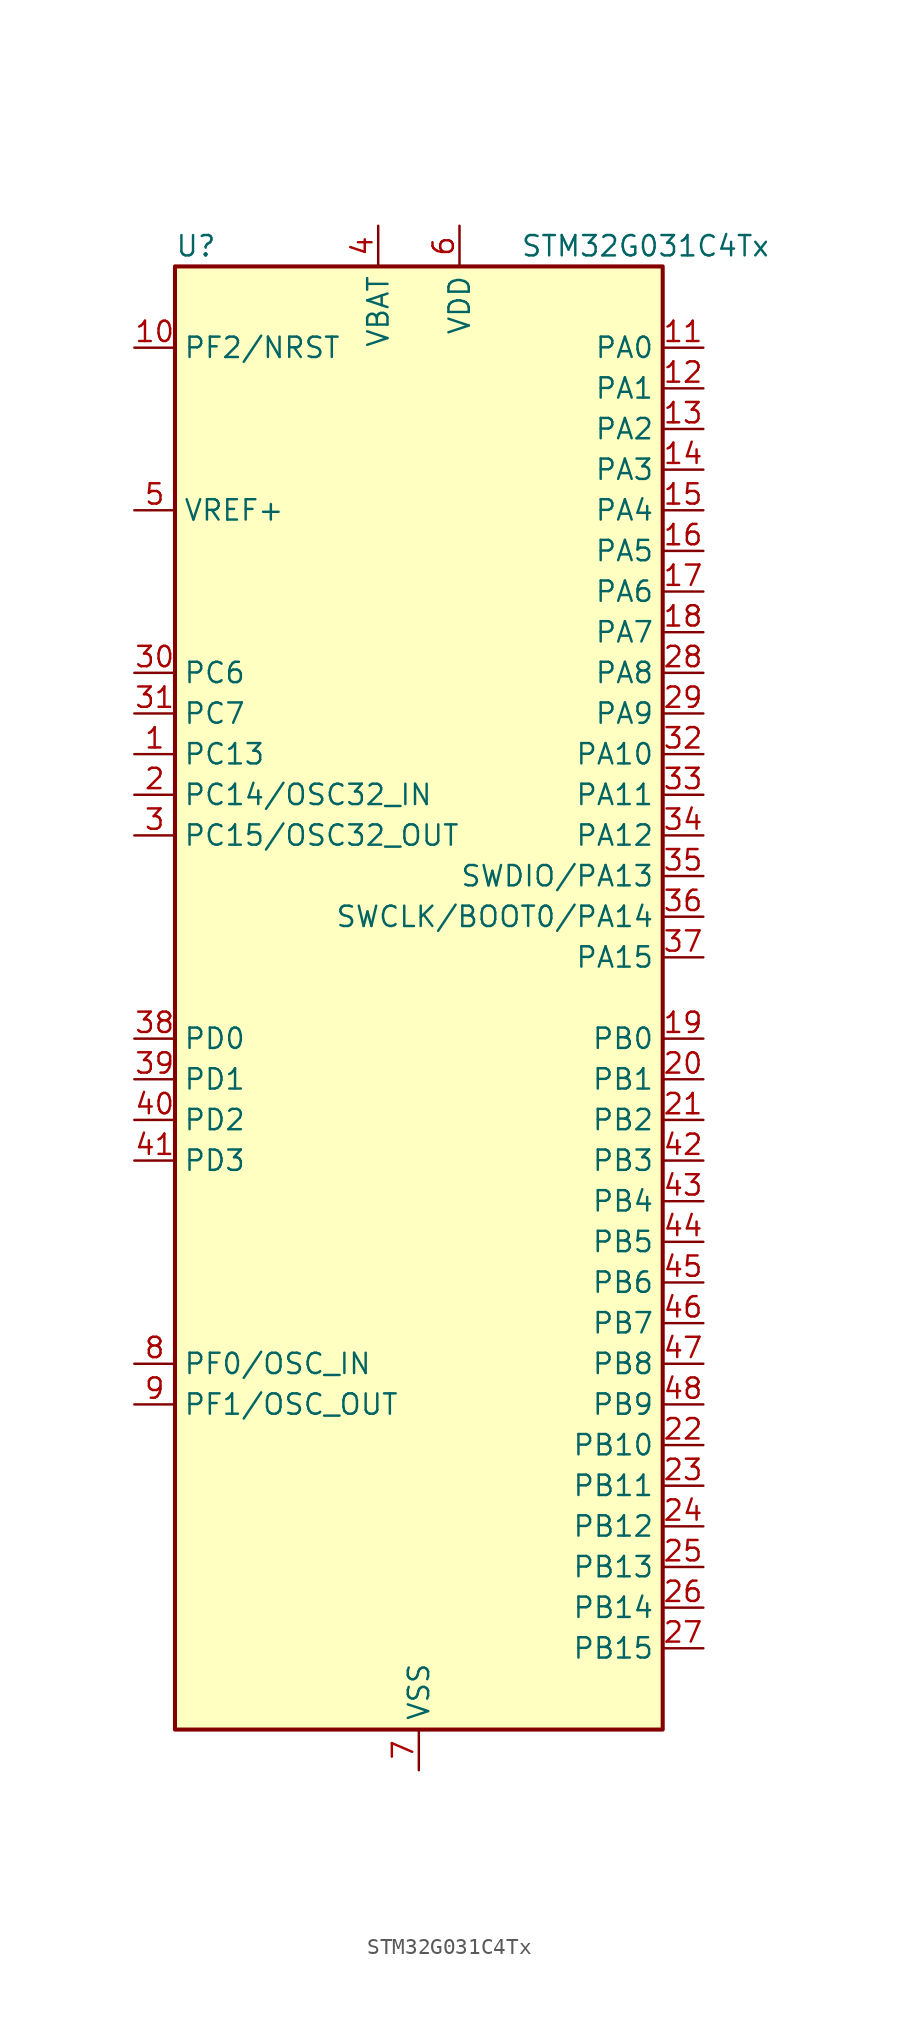
<source format=kicad_sym>
(kicad_symbol_lib
  (version 20211014)
  (generator kicad_symbol_editor)
  (symbol "STM32G031C4Tx"
    (property "Reference" "U"
      (at -15.24 46.99 0)
      (effects (font (size 1.27 1.27)) (justify left)))
    (property "Value" "STM32G031C4Tx"
      (at 6.35 46.99 0)
      (effects (font (size 1.27 1.27)) (justify left)))
    (symbol "STM32G031C4Tx_0_1"
      (rectangle (start -15.24 45.72) (end 15.24 -45.72) (stroke (width 0.254) (type default) (color 0 0 0 0)) (fill (type background))))
    (symbol "STM32G031C4Tx_1_1"
      (pin bidirectional line (at -17.78 15.24 0) (length 2.54) (name "PC13" (effects (font (size 1.27 1.27)))) (number "1" (effects (font (size 1.27 1.27)))))
      (pin bidirectional line (at -17.78 40.64 0) (length 2.54) (name "PF2/NRST" (effects (font (size 1.27 1.27)))) (number "10" (effects (font (size 1.27 1.27)))))
      (pin bidirectional line (at 17.78 40.64 180) (length 2.54) (name "PA0" (effects (font (size 1.27 1.27)))) (number "11" (effects (font (size 1.27 1.27)))))
      (pin bidirectional line (at 17.78 38.1 180) (length 2.54) (name "PA1" (effects (font (size 1.27 1.27)))) (number "12" (effects (font (size 1.27 1.27)))))
      (pin bidirectional line (at 17.78 35.56 180) (length 2.54) (name "PA2" (effects (font (size 1.27 1.27)))) (number "13" (effects (font (size 1.27 1.27)))))
      (pin bidirectional line (at 17.78 33.02 180) (length 2.54) (name "PA3" (effects (font (size 1.27 1.27)))) (number "14" (effects (font (size 1.27 1.27)))))
      (pin bidirectional line (at 17.78 30.48 180) (length 2.54) (name "PA4" (effects (font (size 1.27 1.27)))) (number "15" (effects (font (size 1.27 1.27)))))
      (pin bidirectional line (at 17.78 27.94 180) (length 2.54) (name "PA5" (effects (font (size 1.27 1.27)))) (number "16" (effects (font (size 1.27 1.27)))))
      (pin bidirectional line (at 17.78 25.4 180) (length 2.54) (name "PA6" (effects (font (size 1.27 1.27)))) (number "17" (effects (font (size 1.27 1.27)))))
      (pin bidirectional line (at 17.78 22.86 180) (length 2.54) (name "PA7" (effects (font (size 1.27 1.27)))) (number "18" (effects (font (size 1.27 1.27)))))
      (pin bidirectional line (at 17.78 -2.54 180) (length 2.54) (name "PB0" (effects (font (size 1.27 1.27)))) (number "19" (effects (font (size 1.27 1.27)))))
      (pin bidirectional line (at -17.78 12.7 0) (length 2.54) (name "PC14/OSC32_IN" (effects (font (size 1.27 1.27)))) (number "2" (effects (font (size 1.27 1.27)))))
      (pin bidirectional line (at 17.78 -5.08 180) (length 2.54) (name "PB1" (effects (font (size 1.27 1.27)))) (number "20" (effects (font (size 1.27 1.27)))))
      (pin bidirectional line (at 17.78 -7.62 180) (length 2.54) (name "PB2" (effects (font (size 1.27 1.27)))) (number "21" (effects (font (size 1.27 1.27)))))
      (pin bidirectional line (at 17.78 -27.94 180) (length 2.54) (name "PB10" (effects (font (size 1.27 1.27)))) (number "22" (effects (font (size 1.27 1.27)))))
      (pin bidirectional line (at 17.78 -30.48 180) (length 2.54) (name "PB11" (effects (font (size 1.27 1.27)))) (number "23" (effects (font (size 1.27 1.27)))))
      (pin bidirectional line (at 17.78 -33.02 180) (length 2.54) (name "PB12" (effects (font (size 1.27 1.27)))) (number "24" (effects (font (size 1.27 1.27)))))
      (pin bidirectional line (at 17.78 -35.56 180) (length 2.54) (name "PB13" (effects (font (size 1.27 1.27)))) (number "25" (effects (font (size 1.27 1.27)))))
      (pin bidirectional line (at 17.78 -38.1 180) (length 2.54) (name "PB14" (effects (font (size 1.27 1.27)))) (number "26" (effects (font (size 1.27 1.27)))))
      (pin bidirectional line (at 17.78 -40.64 180) (length 2.54) (name "PB15" (effects (font (size 1.27 1.27)))) (number "27" (effects (font (size 1.27 1.27)))))
      (pin bidirectional line (at 17.78 20.32 180) (length 2.54) (name "PA8" (effects (font (size 1.27 1.27)))) (number "28" (effects (font (size 1.27 1.27)))))
      (pin bidirectional line (at 17.78 17.78 180) (length 2.54) (name "PA9" (effects (font (size 1.27 1.27)))) (number "29" (effects (font (size 1.27 1.27)))))
      (pin bidirectional line (at -17.78 10.16 0) (length 2.54) (name "PC15/OSC32_OUT" (effects (font (size 1.27 1.27)))) (number "3" (effects (font (size 1.27 1.27)))))
      (pin bidirectional line (at -17.78 20.32 0) (length 2.54) (name "PC6" (effects (font (size 1.27 1.27)))) (number "30" (effects (font (size 1.27 1.27)))))
      (pin bidirectional line (at -17.78 17.78 0) (length 2.54) (name "PC7" (effects (font (size 1.27 1.27)))) (number "31" (effects (font (size 1.27 1.27)))))
      (pin bidirectional line (at 17.78 15.24 180) (length 2.54) (name "PA10" (effects (font (size 1.27 1.27)))) (number "32" (effects (font (size 1.27 1.27)))))
      (pin bidirectional line (at 17.78 12.7 180) (length 2.54) (name "PA11" (effects (font (size 1.27 1.27)))) (number "33" (effects (font (size 1.27 1.27)))))
      (pin bidirectional line (at 17.78 10.16 180) (length 2.54) (name "PA12" (effects (font (size 1.27 1.27)))) (number "34" (effects (font (size 1.27 1.27)))))
      (pin bidirectional line (at 17.78 7.62 180) (length 2.54) (name "SWDIO/PA13" (effects (font (size 1.27 1.27)))) (number "35" (effects (font (size 1.27 1.27)))))
      (pin bidirectional line (at 17.78 5.08 180) (length 2.54) (name "SWCLK/BOOT0/PA14" (effects (font (size 1.27 1.27)))) (number "36" (effects (font (size 1.27 1.27)))))
      (pin bidirectional line (at 17.78 2.54 180) (length 2.54) (name "PA15" (effects (font (size 1.27 1.27)))) (number "37" (effects (font (size 1.27 1.27)))))
      (pin bidirectional line (at -17.78 -2.54 0) (length 2.54) (name "PD0" (effects (font (size 1.27 1.27)))) (number "38" (effects (font (size 1.27 1.27)))))
      (pin bidirectional line (at -17.78 -5.08 0) (length 2.54) (name "PD1" (effects (font (size 1.27 1.27)))) (number "39" (effects (font (size 1.27 1.27)))))
      (pin power_in line (at -2.54 48.26 270) (length 2.54) (name "VBAT" (effects (font (size 1.27 1.27)))) (number "4" (effects (font (size 1.27 1.27)))))
      (pin bidirectional line (at -17.78 -7.62 0) (length 2.54) (name "PD2" (effects (font (size 1.27 1.27)))) (number "40" (effects (font (size 1.27 1.27)))))
      (pin bidirectional line (at -17.78 -10.16 0) (length 2.54) (name "PD3" (effects (font (size 1.27 1.27)))) (number "41" (effects (font (size 1.27 1.27)))))
      (pin bidirectional line (at 17.78 -10.16 180) (length 2.54) (name "PB3" (effects (font (size 1.27 1.27)))) (number "42" (effects (font (size 1.27 1.27)))))
      (pin bidirectional line (at 17.78 -12.7 180) (length 2.54) (name "PB4" (effects (font (size 1.27 1.27)))) (number "43" (effects (font (size 1.27 1.27)))))
      (pin bidirectional line (at 17.78 -15.24 180) (length 2.54) (name "PB5" (effects (font (size 1.27 1.27)))) (number "44" (effects (font (size 1.27 1.27)))))
      (pin bidirectional line (at 17.78 -17.78 180) (length 2.54) (name "PB6" (effects (font (size 1.27 1.27)))) (number "45" (effects (font (size 1.27 1.27)))))
      (pin bidirectional line (at 17.78 -20.32 180) (length 2.54) (name "PB7" (effects (font (size 1.27 1.27)))) (number "46" (effects (font (size 1.27 1.27)))))
      (pin bidirectional line (at 17.78 -22.86 180) (length 2.54) (name "PB8" (effects (font (size 1.27 1.27)))) (number "47" (effects (font (size 1.27 1.27)))))
      (pin bidirectional line (at 17.78 -25.4 180) (length 2.54) (name "PB9" (effects (font (size 1.27 1.27)))) (number "48" (effects (font (size 1.27 1.27)))))
      (pin power_in line (at -17.78 30.48 0) (length 2.54) (name "VREF+" (effects (font (size 1.27 1.27)))) (number "5" (effects (font (size 1.27 1.27)))))
      (pin power_in line (at 2.54 48.26 270) (length 2.54) (name "VDD" (effects (font (size 1.27 1.27)))) (number "6" (effects (font (size 1.27 1.27)))))
      (pin power_in line (at 0 -48.26 90) (length 2.54) (name "VSS" (effects (font (size 1.27 1.27)))) (number "7" (effects (font (size 1.27 1.27)))))
      (pin bidirectional line (at -17.78 -22.86 0) (length 2.54) (name "PF0/OSC_IN" (effects (font (size 1.27 1.27)))) (number "8" (effects (font (size 1.27 1.27)))))
      (pin bidirectional line (at -17.78 -25.4 0) (length 2.54) (name "PF1/OSC_OUT" (effects (font (size 1.27 1.27)))) (number "9" (effects (font (size 1.27 1.27))))))))
</source>
